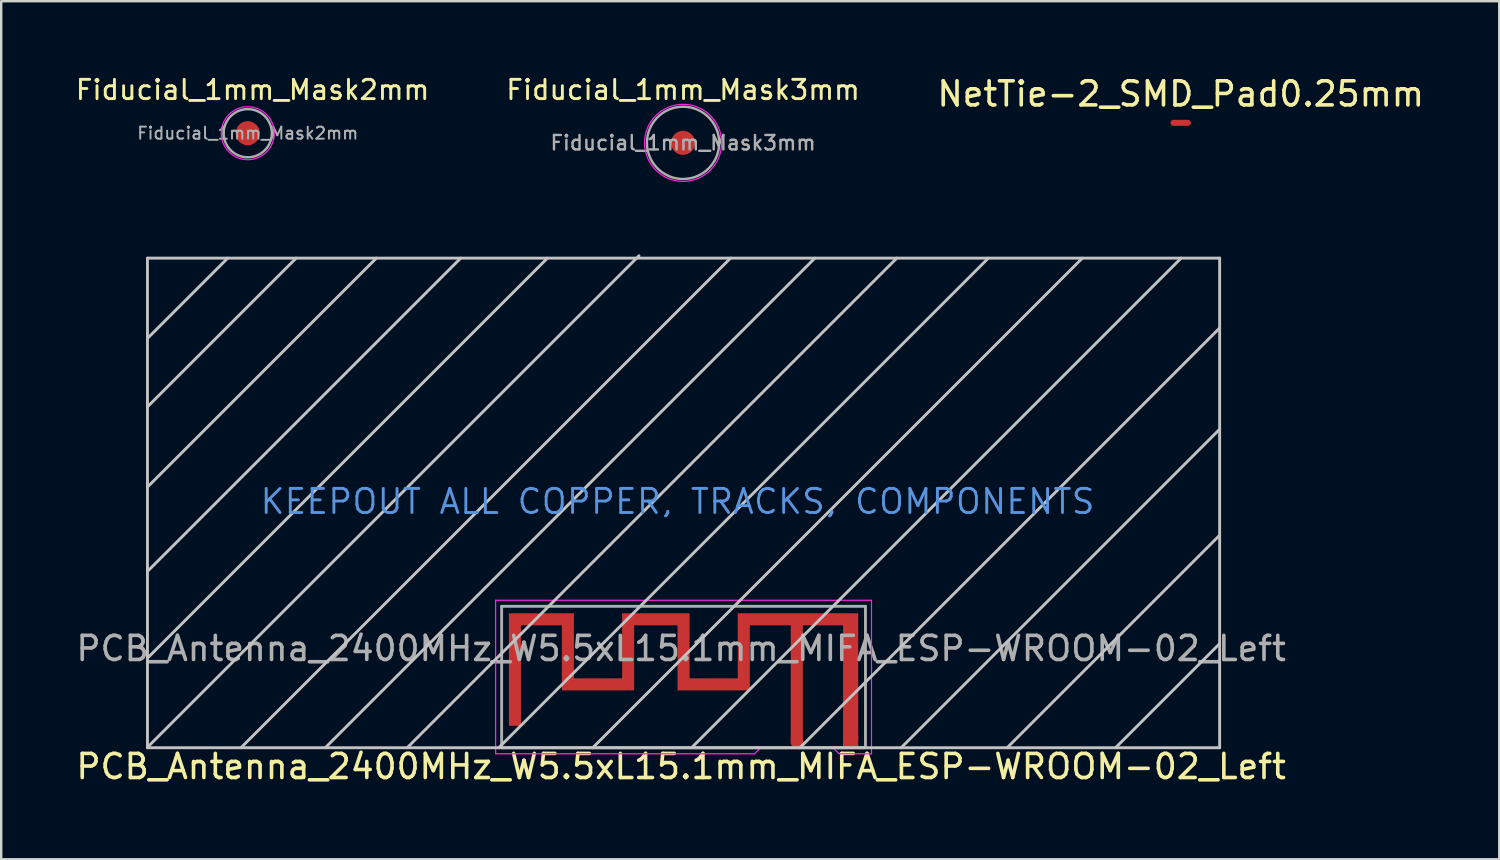
<source format=kicad_pcb>
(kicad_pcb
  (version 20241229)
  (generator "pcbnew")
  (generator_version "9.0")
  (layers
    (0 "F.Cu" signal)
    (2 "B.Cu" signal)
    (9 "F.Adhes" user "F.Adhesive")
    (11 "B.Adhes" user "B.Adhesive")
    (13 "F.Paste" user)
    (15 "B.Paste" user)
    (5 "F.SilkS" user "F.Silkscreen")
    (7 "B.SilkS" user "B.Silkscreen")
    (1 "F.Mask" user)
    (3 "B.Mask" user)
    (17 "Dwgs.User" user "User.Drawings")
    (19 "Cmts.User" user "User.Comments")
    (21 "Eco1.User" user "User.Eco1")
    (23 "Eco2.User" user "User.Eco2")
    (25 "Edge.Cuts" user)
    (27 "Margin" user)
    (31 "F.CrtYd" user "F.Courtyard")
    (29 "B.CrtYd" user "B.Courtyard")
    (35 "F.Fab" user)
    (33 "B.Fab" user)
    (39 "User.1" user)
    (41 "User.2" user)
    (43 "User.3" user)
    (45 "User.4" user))
  (footprint "Fiducial_1mm_Mask2mm"
    (layer "F.Cu")
    (at 7.233 2.479)
    (property "Reference" "Fiducial_1mm_Mask2mm" (at 0.2 -1.8 0) (layer "F.SilkS") (effects (font (size 0.8 0.8) (thickness 0.12))))
    (attr smd)
    (fp_circle (center 0 0) (end 1.1 0) (stroke (width 0.05) (type solid)) (fill no) (layer "F.CrtYd"))
    (fp_circle (center 0 0) (end 1 0) (stroke (width 0.1) (type solid)) (fill no) (layer "F.Fab"))
    (fp_text user "${REFERENCE}" (at 0 0 0) (layer "F.Fab") (effects (font (size 0.5 0.5) (thickness 0.08))))
    (pad "" smd circle (at 0 0) (size 1 1) (property pad_prop_fiducial_glob) (layers "F.Cu" "F.Mask")))
  (footprint "Fiducial_1mm_Mask3mm"
    (layer "F.Cu")
    (at 25.3 2.879)
    (property "Reference" "Fiducial_1mm_Mask3mm" (at 0 -2.2 0) (layer "F.SilkS") (effects (font (size 0.8 0.8) (thickness 0.12))))
    (attr smd)
    (fp_circle (center 0 0) (end 1.6 0) (stroke (width 0.05) (type solid)) (fill no) (layer "F.CrtYd"))
    (fp_circle (center 0 0) (end 1.5 0) (stroke (width 0.1) (type solid)) (fill no) (layer "F.Fab"))
    (fp_text user "${REFERENCE}" (at 0 0 0) (layer "F.Fab") (effects (font (size 0.6 0.6) (thickness 0.1))))
    (pad "" smd circle (at 0 0) (size 1 1) (property pad_prop_fiducial_glob) (layers "F.Cu" "F.Mask")))
  (footprint "NetTie-2_SMD_Pad0.25mm"
    (layer "F.Cu")
    (at 45.954 2.048)
    (property "Reference" "NetTie-2_SMD_Pad0.25mm" (at 0 -1.2 0) (layer "F.SilkS") (effects (font (size 1 1) (thickness 0.15))))
    (attr exclude_from_pos_files exclude_from_bom allow_missing_courtyard)
    (fp_poly (pts (xy -0.3 -0.125) (xy 0.3 -0.125) (xy 0.3 0.125) (xy -0.3 0.125)) (stroke (width 0) (type solid)) (fill yes) (layer "F.Cu"))
    (pad "1" smd circle (at -0.3 0) (size 0.25 0.25) (layers "F.Cu"))
    (pad "2" smd circle (at 0.3 0) (size 0.25 0.25) (layers "F.Cu")))
  (footprint "PCB_Antenna_2400MHz_W5.5xL15.1mm_MIFA_ESP-WROOM-02_Left"
    (layer "F.Cu")
    (at 30.02 27.564)
    (property "Reference" "PCB_Antenna_2400MHz_W5.5xL15.1mm_MIFA_ESP-WROOM-02_Left" (at -4.8 1.2 0) (unlocked yes) (layer "F.SilkS") (effects (font (size 1 1) (thickness 0.15))))
    (attr exclude_from_pos_files exclude_from_bom)
    (fp_poly (pts (xy -2.45 -2.46) (xy -4.45 -2.46) (xy -4.45 -5.16) (xy -7.25 -5.16) (xy -7.25 -2.46) (xy -9.25 -2.46) (xy -9.25 -5.16) (xy -11.95 -5.16) (xy -11.95 -0.49) (xy -11.45 -0.49) (xy -11.45 -4.66) (xy -9.75 -4.66) (xy -9.75 -1.96) (xy -6.75 -1.96) (xy -6.75 -4.66) (xy -4.95 -4.66) (xy -4.95 -1.96) (xy -1.95 -1.96) (xy -1.95 -4.66) (xy -0.25 -4.66) (xy -0.25 0.25) (xy 0.25 0.25) (xy 0.25 -4.66) (xy 1.92 -4.66) (xy 1.92 0.05) (xy 2.55 0.05) (xy 2.55 -5.16) (xy -2.45 -5.16) (xy -2.45 -2.52)) (stroke (width 0) (type solid)) (fill yes) (layer "F.Cu"))
    (fp_line (start -26.95 -19.9) (end -26.95 0.42) (stroke (width 0.12) (type solid)) (layer "Dwgs.User"))
    (fp_line (start -26.95 -16.57) (end -23.62 -19.9) (stroke (width 0.12) (type solid)) (layer "Dwgs.User"))
    (fp_line (start -26.95 -13.73) (end -20.78 -19.9) (stroke (width 0.12) (type solid)) (layer "Dwgs.User"))
    (fp_line (start -26.95 -10.4) (end -17.45 -19.9) (stroke (width 0.12) (type solid)) (layer "Dwgs.User"))
    (fp_line (start -26.95 -6.9) (end -13.95 -19.9) (stroke (width 0.12) (type solid)) (layer "Dwgs.User"))
    (fp_line (start -26.95 -3.3) (end -10.35 -19.9) (stroke (width 0.12) (type solid)) (layer "Dwgs.User"))
    (fp_line (start -26.95 0.4) (end -6.55 -20) (stroke (width 0.12) (type solid)) (layer "Dwgs.User"))
    (fp_line (start -26.95 0.42) (end 17.55 0.42) (stroke (width 0.12) (type solid)) (layer "Dwgs.User"))
    (fp_line (start -23.07 0.42) (end -2.75 -19.9) (stroke (width 0.12) (type solid)) (layer "Dwgs.User"))
    (fp_line (start -19.57 0.42) (end 0.75 -19.9) (stroke (width 0.12) (type solid)) (layer "Dwgs.User"))
    (fp_line (start -12.37 0.42) (end 7.95 -19.9) (stroke (width 0.12) (type solid)) (layer "Dwgs.User"))
    (fp_line (start -8.47 0.42) (end 11.85 -19.9) (stroke (width 0.12) (type solid)) (layer "Dwgs.User"))
    (fp_line (start -4.37 0.42) (end 15.95 -19.9) (stroke (width 0.12) (type solid)) (layer "Dwgs.User"))
    (fp_line (start 0.13 0.42) (end 17.55 -17) (stroke (width 0.12) (type solid)) (layer "Dwgs.User"))
    (fp_line (start 4.15 -19.9) (end -16.17 0.42) (stroke (width 0.12) (type solid)) (layer "Dwgs.User"))
    (fp_line (start 4.33 0.42) (end 17.55 -12.8) (stroke (width 0.12) (type solid)) (layer "Dwgs.User"))
    (fp_line (start 8.73 0.42) (end 17.55 -8.4) (stroke (width 0.12) (type solid)) (layer "Dwgs.User"))
    (fp_line (start 13.23 0.42) (end 17.55 -3.9) (stroke (width 0.12) (type solid)) (layer "Dwgs.User"))
    (fp_line (start 17.55 -19.9) (end -26.95 -19.9) (stroke (width 0.12) (type solid)) (layer "Dwgs.User"))
    (fp_line (start 17.55 0.42) (end 17.55 -19.9) (stroke (width 0.12) (type solid)) (layer "Dwgs.User"))
    (fp_line (start -12.5 -5.7) (end -12.5 0.67) (stroke (width 0.05) (type solid)) (layer "F.CrtYd"))
    (fp_line (start -12.5 0.67) (end -1.75 0.67) (stroke (width 0.05) (type solid)) (layer "F.CrtYd"))
    (fp_line (start -1.5 0.42) (end -1.75 0.67) (stroke (width 0.05) (type solid)) (layer "F.CrtYd"))
    (fp_line (start 1.5 0.42) (end -1.5 0.42) (stroke (width 0.05) (type solid)) (layer "F.CrtYd"))
    (fp_line (start 1.5 0.42) (end 1.75 0.67) (stroke (width 0.05) (type solid)) (layer "F.CrtYd"))
    (fp_line (start 1.75 0.67) (end 3.1 0.67) (stroke (width 0.05) (type solid)) (layer "F.CrtYd"))
    (fp_line (start 3.1 -5.7) (end -12.5 -5.7) (stroke (width 0.05) (type solid)) (layer "F.CrtYd"))
    (fp_line (start 3.1 0.67) (end 3.1 -5.7) (stroke (width 0.05) (type solid)) (layer "F.CrtYd"))
    (fp_line (start -12.25 -5.45) (end 2.85 -5.45) (stroke (width 0.12) (type solid)) (layer "F.Fab"))
    (fp_line (start -12.25 0.42) (end -12.25 -5.45) (stroke (width 0.12) (type solid)) (layer "F.Fab"))
    (fp_line (start 2.85 -5.45) (end 2.85 0.42) (stroke (width 0.12) (type solid)) (layer "F.Fab"))
    (fp_line (start 2.85 0.42) (end -12.25 0.42) (stroke (width 0.12) (type solid)) (layer "F.Fab"))
    (fp_text user "KEEPOUT ALL COPPER, TRACKS, COMPONENTS" (at -4.95 -9.8 0) (layer "Cmts.User") (effects (font (size 1 1) (thickness 0.12))))
    (fp_text user "${REFERENCE}" (at -4.8 -3.7 0) (layer "F.Fab") (effects (font (size 1 1) (thickness 0.15))))
    (pad "1" connect roundrect (at 0 0.115) (size 0.5 0.5) (layers "F.Cu") (roundrect_rratio 0.25))
    (pad "2" smd rect (at 2.235 0.175) (size 0.63 0.5) (layers "F.Cu")))
  (gr_rect
    (start -3 -3)
    (end 59.174 32.612)
    (stroke (width 0.1) (type default))
    (fill no)
    (layer "Edge.Cuts")))
</source>
